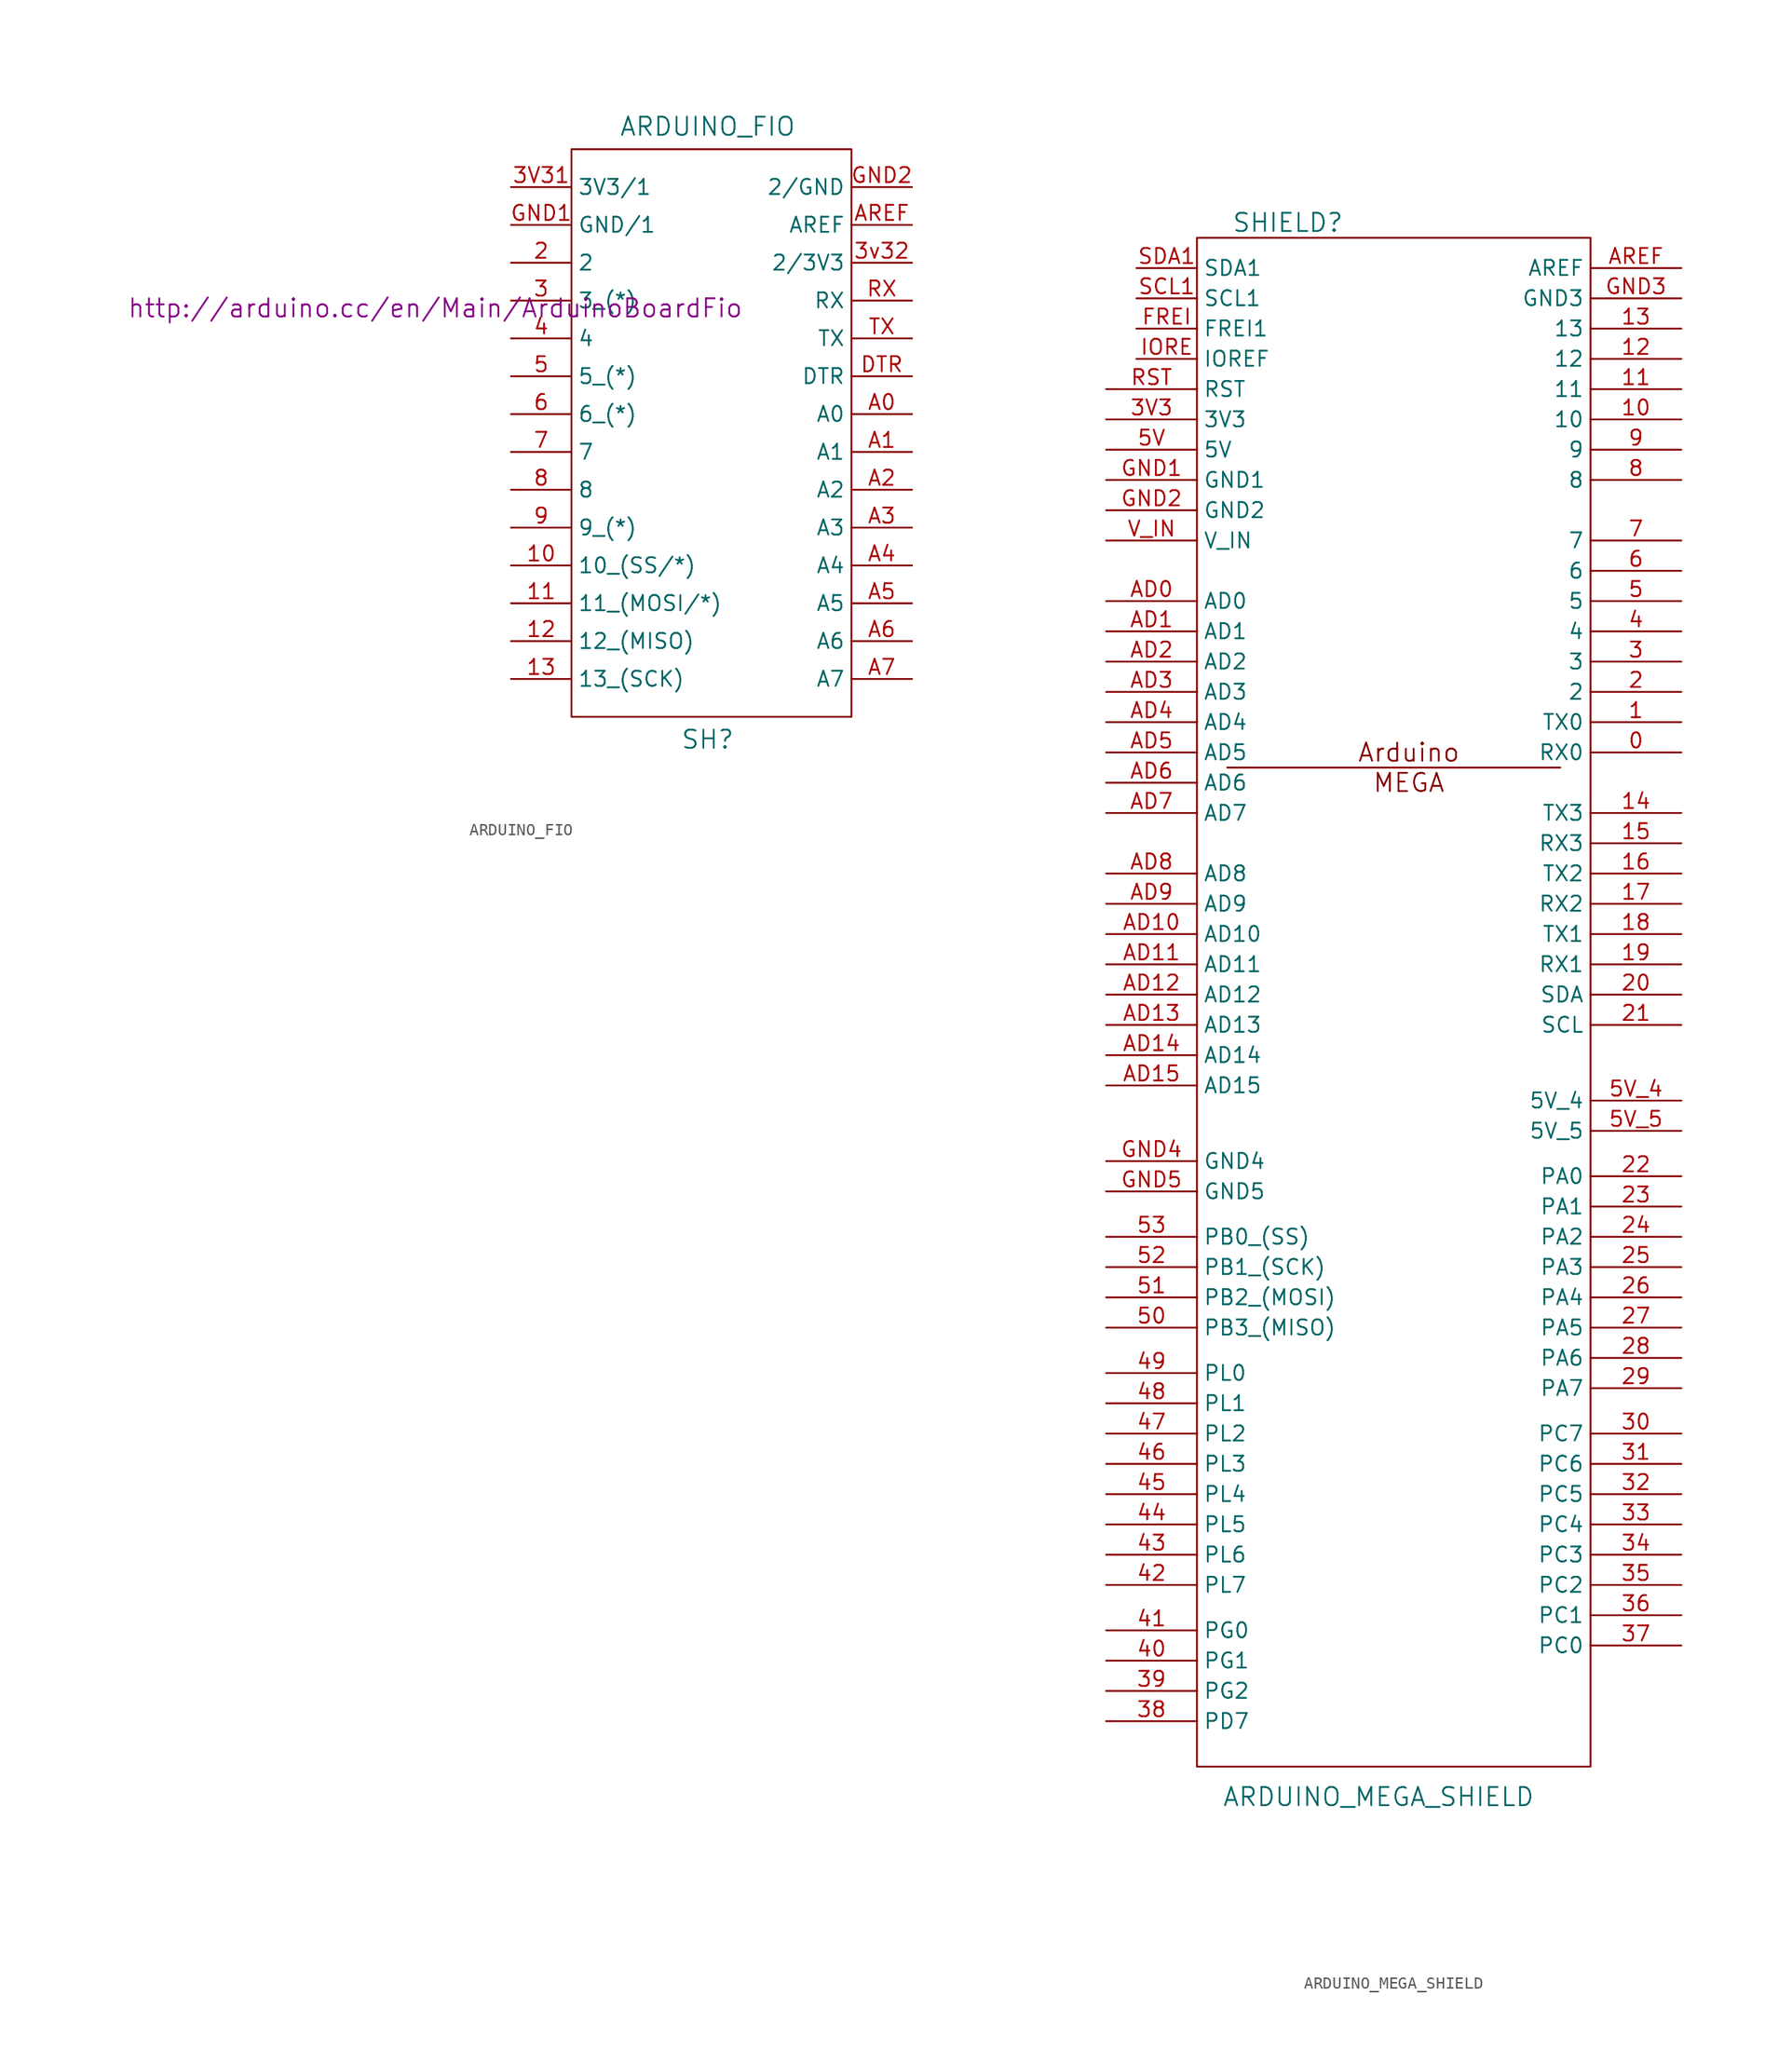
<source format=kicad_sym>
(kicad_symbol_lib
  (version 20220102)
  (generator kicad_symbol_editor)
  (symbol "ARDUINO_FIO"
    (property "Reference" "SH"
      (at 0 -27.305 0)
      (effects (font (size 1.524 1.524))))
    (property "Value" "ARDUINO_FIO"
      (at 0 24.13 0)
      (effects (font (size 1.524 1.524))))
    (property "Footprint" ""
      (at -22.86 8.89 0)
      (effects (font (size 1.524 1.524))))
    (property "Datasheet" "http://arduino.cc/en/Main/ArduinoBoardFio"
      (at -22.86 8.89 0)
      (effects (font (size 1.524 1.524))))
    (symbol "ARDUINO_FIO_0_1"
      (rectangle (start 12.065 -25.4) (end -11.43 22.225) (stroke (width 0) (type default)) (fill (type none))))
    (symbol "ARDUINO_FIO_1_1"
      (pin input line (at -16.51 -12.7 0) (length 5.08) (name "10_(SS/*)" (effects (font (size 1.27 1.27)))) (number "10" (effects (font (size 1.27 1.27)))))
      (pin input line (at -16.51 -15.875 0) (length 5.08) (name "11_(MOSI/*)" (effects (font (size 1.27 1.27)))) (number "11" (effects (font (size 1.27 1.27)))))
      (pin input line (at -16.51 -19.05 0) (length 5.08) (name "12_(MISO)" (effects (font (size 1.27 1.27)))) (number "12" (effects (font (size 1.27 1.27)))))
      (pin input line (at -16.51 -22.225 0) (length 5.08) (name "13_(SCK)" (effects (font (size 1.27 1.27)))) (number "13" (effects (font (size 1.27 1.27)))))
      (pin input line (at -16.51 12.7 0) (length 5.08) (name "2" (effects (font (size 1.27 1.27)))) (number "2" (effects (font (size 1.27 1.27)))))
      (pin input line (at -16.51 9.525 0) (length 5.08) (name "3_(*)" (effects (font (size 1.27 1.27)))) (number "3" (effects (font (size 1.27 1.27)))))
      (pin input line (at -16.51 19.05 0) (length 5.08) (name "3V3/1" (effects (font (size 1.27 1.27)))) (number "3V31" (effects (font (size 1.27 1.27)))))
      (pin input line (at 17.145 12.7 180) (length 5.08) (name "2/3V3" (effects (font (size 1.27 1.27)))) (number "3v32" (effects (font (size 1.27 1.27)))))
      (pin input line (at -16.51 6.35 0) (length 5.08) (name "4" (effects (font (size 1.27 1.27)))) (number "4" (effects (font (size 1.27 1.27)))))
      (pin input line (at -16.51 3.175 0) (length 5.08) (name "5_(*)" (effects (font (size 1.27 1.27)))) (number "5" (effects (font (size 1.27 1.27)))))
      (pin input line (at -16.51 0 0) (length 5.08) (name "6_(*)" (effects (font (size 1.27 1.27)))) (number "6" (effects (font (size 1.27 1.27)))))
      (pin input line (at -16.51 -3.175 0) (length 5.08) (name "7" (effects (font (size 1.27 1.27)))) (number "7" (effects (font (size 1.27 1.27)))))
      (pin input line (at -16.51 -6.35 0) (length 5.08) (name "8" (effects (font (size 1.27 1.27)))) (number "8" (effects (font (size 1.27 1.27)))))
      (pin input line (at -16.51 -9.525 0) (length 5.08) (name "9_(*)" (effects (font (size 1.27 1.27)))) (number "9" (effects (font (size 1.27 1.27)))))
      (pin input line (at 17.145 0 180) (length 5.08) (name "A0" (effects (font (size 1.27 1.27)))) (number "A0" (effects (font (size 1.27 1.27)))))
      (pin input line (at 17.145 -3.175 180) (length 5.08) (name "A1" (effects (font (size 1.27 1.27)))) (number "A1" (effects (font (size 1.27 1.27)))))
      (pin input line (at 17.145 -6.35 180) (length 5.08) (name "A2" (effects (font (size 1.27 1.27)))) (number "A2" (effects (font (size 1.27 1.27)))))
      (pin input line (at 17.145 -9.525 180) (length 5.08) (name "A3" (effects (font (size 1.27 1.27)))) (number "A3" (effects (font (size 1.27 1.27)))))
      (pin input line (at 17.145 -12.7 180) (length 5.08) (name "A4" (effects (font (size 1.27 1.27)))) (number "A4" (effects (font (size 1.27 1.27)))))
      (pin input line (at 17.145 -15.875 180) (length 5.08) (name "A5" (effects (font (size 1.27 1.27)))) (number "A5" (effects (font (size 1.27 1.27)))))
      (pin input line (at 17.145 -19.05 180) (length 5.08) (name "A6" (effects (font (size 1.27 1.27)))) (number "A6" (effects (font (size 1.27 1.27)))))
      (pin input line (at 17.145 -22.225 180) (length 5.08) (name "A7" (effects (font (size 1.27 1.27)))) (number "A7" (effects (font (size 1.27 1.27)))))
      (pin input line (at 17.145 15.875 180) (length 5.08) (name "AREF" (effects (font (size 1.27 1.27)))) (number "AREF" (effects (font (size 1.27 1.27)))))
      (pin input line (at 17.145 3.175 180) (length 5.08) (name "DTR" (effects (font (size 1.27 1.27)))) (number "DTR" (effects (font (size 1.27 1.27)))))
      (pin input line (at -16.51 15.875 0) (length 5.08) (name "GND/1" (effects (font (size 1.27 1.27)))) (number "GND1" (effects (font (size 1.27 1.27)))))
      (pin input line (at 17.145 19.05 180) (length 5.08) (name "2/GND" (effects (font (size 1.27 1.27)))) (number "GND2" (effects (font (size 1.27 1.27)))))
      (pin input line (at 17.145 9.525 180) (length 5.08) (name "RX" (effects (font (size 1.27 1.27)))) (number "RX" (effects (font (size 1.27 1.27)))))
      (pin input line (at 17.145 6.35 180) (length 5.08) (name "TX" (effects (font (size 1.27 1.27)))) (number "TX" (effects (font (size 1.27 1.27)))))))
  (symbol "ARDUINO_MEGA_SHIELD"
    (property "Reference" "SHIELD"
      (at -10.16 63.5 0)
      (effects (font (size 1.524 1.524))))
    (property "Value" "ARDUINO_MEGA_SHIELD"
      (at -2.54 -68.58 0)
      (effects (font (size 1.524 1.524))))
    (property "Footprint" ""
      (at 0 0 0)
      (effects (font (size 1.524 1.524))))
    (property "Datasheet" ""
      (at 0 0 0)
      (effects (font (size 1.524 1.524))))
    (symbol "ARDUINO_MEGA_SHIELD_0_0"
      (text "Arduino" (at 0 19.05 0) (effects (font (size 1.524 1.524))))
      (text "MEGA" (at 0 16.51 0) (effects (font (size 1.524 1.524)))))
    (symbol "ARDUINO_MEGA_SHIELD_0_1"
      (rectangle (start -17.78 -66.04) (end 15.24 62.23) (stroke (width 0) (type default)) (fill (type none)))
      (polyline (pts (xy -15.24 17.78) (xy 12.7 17.78) (xy 12.7 17.78)) (stroke (width 0) (type default)) (fill (type none))))
    (symbol "ARDUINO_MEGA_SHIELD_1_1"
      (pin bidirectional line (at 22.86 19.05 180) (length 7.62) (name "RX0" (effects (font (size 1.27 1.27)))) (number "0" (effects (font (size 1.27 1.27)))))
      (pin bidirectional line (at 22.86 21.59 180) (length 7.62) (name "TX0" (effects (font (size 1.27 1.27)))) (number "1" (effects (font (size 1.27 1.27)))))
      (pin bidirectional line (at 22.86 46.99 180) (length 7.62) (name "10" (effects (font (size 1.27 1.27)))) (number "10" (effects (font (size 1.27 1.27)))))
      (pin bidirectional line (at 22.86 49.53 180) (length 7.62) (name "11" (effects (font (size 1.27 1.27)))) (number "11" (effects (font (size 1.27 1.27)))))
      (pin bidirectional line (at 22.86 52.07 180) (length 7.62) (name "12" (effects (font (size 1.27 1.27)))) (number "12" (effects (font (size 1.27 1.27)))))
      (pin bidirectional line (at 22.86 54.61 180) (length 7.62) (name "13" (effects (font (size 1.27 1.27)))) (number "13" (effects (font (size 1.27 1.27)))))
      (pin bidirectional line (at 22.86 13.97 180) (length 7.62) (name "TX3" (effects (font (size 1.27 1.27)))) (number "14" (effects (font (size 1.27 1.27)))))
      (pin bidirectional line (at 22.86 11.43 180) (length 7.62) (name "RX3" (effects (font (size 1.27 1.27)))) (number "15" (effects (font (size 1.27 1.27)))))
      (pin bidirectional line (at 22.86 8.89 180) (length 7.62) (name "TX2" (effects (font (size 1.27 1.27)))) (number "16" (effects (font (size 1.27 1.27)))))
      (pin bidirectional line (at 22.86 6.35 180) (length 7.62) (name "RX2" (effects (font (size 1.27 1.27)))) (number "17" (effects (font (size 1.27 1.27)))))
      (pin bidirectional line (at 22.86 3.81 180) (length 7.62) (name "TX1" (effects (font (size 1.27 1.27)))) (number "18" (effects (font (size 1.27 1.27)))))
      (pin bidirectional line (at 22.86 1.27 180) (length 7.62) (name "RX1" (effects (font (size 1.27 1.27)))) (number "19" (effects (font (size 1.27 1.27)))))
      (pin bidirectional line (at 22.86 24.13 180) (length 7.62) (name "2" (effects (font (size 1.27 1.27)))) (number "2" (effects (font (size 1.27 1.27)))))
      (pin bidirectional line (at 22.86 -1.27 180) (length 7.62) (name "SDA" (effects (font (size 1.27 1.27)))) (number "20" (effects (font (size 1.27 1.27)))))
      (pin bidirectional line (at 22.86 -3.81 180) (length 7.62) (name "SCL" (effects (font (size 1.27 1.27)))) (number "21" (effects (font (size 1.27 1.27)))))
      (pin bidirectional line (at 22.86 -16.51 180) (length 7.62) (name "PA0" (effects (font (size 1.27 1.27)))) (number "22" (effects (font (size 1.27 1.27)))))
      (pin bidirectional line (at 22.86 -19.05 180) (length 7.62) (name "PA1" (effects (font (size 1.27 1.27)))) (number "23" (effects (font (size 1.27 1.27)))))
      (pin bidirectional line (at 22.86 -21.59 180) (length 7.62) (name "PA2" (effects (font (size 1.27 1.27)))) (number "24" (effects (font (size 1.27 1.27)))))
      (pin bidirectional line (at 22.86 -24.13 180) (length 7.62) (name "PA3" (effects (font (size 1.27 1.27)))) (number "25" (effects (font (size 1.27 1.27)))))
      (pin bidirectional line (at 22.86 -26.67 180) (length 7.62) (name "PA4" (effects (font (size 1.27 1.27)))) (number "26" (effects (font (size 1.27 1.27)))))
      (pin bidirectional line (at 22.86 -29.21 180) (length 7.62) (name "PA5" (effects (font (size 1.27 1.27)))) (number "27" (effects (font (size 1.27 1.27)))))
      (pin bidirectional line (at 22.86 -31.75 180) (length 7.62) (name "PA6" (effects (font (size 1.27 1.27)))) (number "28" (effects (font (size 1.27 1.27)))))
      (pin bidirectional line (at 22.86 -34.29 180) (length 7.62) (name "PA7" (effects (font (size 1.27 1.27)))) (number "29" (effects (font (size 1.27 1.27)))))
      (pin bidirectional line (at 22.86 26.67 180) (length 7.62) (name "3" (effects (font (size 1.27 1.27)))) (number "3" (effects (font (size 1.27 1.27)))))
      (pin bidirectional line (at 22.86 -38.1 180) (length 7.62) (name "PC7" (effects (font (size 1.27 1.27)))) (number "30" (effects (font (size 1.27 1.27)))))
      (pin bidirectional line (at 22.86 -40.64 180) (length 7.62) (name "PC6" (effects (font (size 1.27 1.27)))) (number "31" (effects (font (size 1.27 1.27)))))
      (pin bidirectional line (at 22.86 -43.18 180) (length 7.62) (name "PC5" (effects (font (size 1.27 1.27)))) (number "32" (effects (font (size 1.27 1.27)))))
      (pin bidirectional line (at 22.86 -45.72 180) (length 7.62) (name "PC4" (effects (font (size 1.27 1.27)))) (number "33" (effects (font (size 1.27 1.27)))))
      (pin bidirectional line (at 22.86 -48.26 180) (length 7.62) (name "PC3" (effects (font (size 1.27 1.27)))) (number "34" (effects (font (size 1.27 1.27)))))
      (pin bidirectional line (at 22.86 -50.8 180) (length 7.62) (name "PC2" (effects (font (size 1.27 1.27)))) (number "35" (effects (font (size 1.27 1.27)))))
      (pin bidirectional line (at 22.86 -53.34 180) (length 7.62) (name "PC1" (effects (font (size 1.27 1.27)))) (number "36" (effects (font (size 1.27 1.27)))))
      (pin bidirectional line (at 22.86 -55.88 180) (length 7.62) (name "PC0" (effects (font (size 1.27 1.27)))) (number "37" (effects (font (size 1.27 1.27)))))
      (pin bidirectional line (at -25.4 -62.23 0) (length 7.62) (name "PD7" (effects (font (size 1.27 1.27)))) (number "38" (effects (font (size 1.27 1.27)))))
      (pin bidirectional line (at -25.4 -59.69 0) (length 7.62) (name "PG2" (effects (font (size 1.27 1.27)))) (number "39" (effects (font (size 1.27 1.27)))))
      (pin power_in line (at -25.4 46.99 0) (length 7.62) (name "3V3" (effects (font (size 1.27 1.27)))) (number "3V3" (effects (font (size 1.27 1.27)))))
      (pin bidirectional line (at 22.86 29.21 180) (length 7.62) (name "4" (effects (font (size 1.27 1.27)))) (number "4" (effects (font (size 1.27 1.27)))))
      (pin bidirectional line (at -25.4 -57.15 0) (length 7.62) (name "PG1" (effects (font (size 1.27 1.27)))) (number "40" (effects (font (size 1.27 1.27)))))
      (pin bidirectional line (at -25.4 -54.61 0) (length 7.62) (name "PG0" (effects (font (size 1.27 1.27)))) (number "41" (effects (font (size 1.27 1.27)))))
      (pin bidirectional line (at -25.4 -50.8 0) (length 7.62) (name "PL7" (effects (font (size 1.27 1.27)))) (number "42" (effects (font (size 1.27 1.27)))))
      (pin bidirectional line (at -25.4 -48.26 0) (length 7.62) (name "PL6" (effects (font (size 1.27 1.27)))) (number "43" (effects (font (size 1.27 1.27)))))
      (pin bidirectional line (at -25.4 -45.72 0) (length 7.62) (name "PL5" (effects (font (size 1.27 1.27)))) (number "44" (effects (font (size 1.27 1.27)))))
      (pin bidirectional line (at -25.4 -43.18 0) (length 7.62) (name "PL4" (effects (font (size 1.27 1.27)))) (number "45" (effects (font (size 1.27 1.27)))))
      (pin bidirectional line (at -25.4 -40.64 0) (length 7.62) (name "PL3" (effects (font (size 1.27 1.27)))) (number "46" (effects (font (size 1.27 1.27)))))
      (pin bidirectional line (at -25.4 -38.1 0) (length 7.62) (name "PL2" (effects (font (size 1.27 1.27)))) (number "47" (effects (font (size 1.27 1.27)))))
      (pin bidirectional line (at -25.4 -35.56 0) (length 7.62) (name "PL1" (effects (font (size 1.27 1.27)))) (number "48" (effects (font (size 1.27 1.27)))))
      (pin bidirectional line (at -25.4 -33.02 0) (length 7.62) (name "PL0" (effects (font (size 1.27 1.27)))) (number "49" (effects (font (size 1.27 1.27)))))
      (pin bidirectional line (at 22.86 31.75 180) (length 7.62) (name "5" (effects (font (size 1.27 1.27)))) (number "5" (effects (font (size 1.27 1.27)))))
      (pin bidirectional line (at -25.4 -29.21 0) (length 7.62) (name "PB3_(MISO)" (effects (font (size 1.27 1.27)))) (number "50" (effects (font (size 1.27 1.27)))))
      (pin bidirectional line (at -25.4 -26.67 0) (length 7.62) (name "PB2_(MOSI)" (effects (font (size 1.27 1.27)))) (number "51" (effects (font (size 1.27 1.27)))))
      (pin bidirectional line (at -25.4 -24.13 0) (length 7.62) (name "PB1_(SCK)" (effects (font (size 1.27 1.27)))) (number "52" (effects (font (size 1.27 1.27)))))
      (pin bidirectional line (at -25.4 -21.59 0) (length 7.62) (name "PB0_(SS)" (effects (font (size 1.27 1.27)))) (number "53" (effects (font (size 1.27 1.27)))))
      (pin power_in line (at -25.4 44.45 0) (length 7.62) (name "5V" (effects (font (size 1.27 1.27)))) (number "5V" (effects (font (size 1.27 1.27)))))
      (pin power_in line (at 22.86 -10.16 180) (length 7.62) (name "5V_4" (effects (font (size 1.27 1.27)))) (number "5V_4" (effects (font (size 1.27 1.27)))))
      (pin power_in line (at 22.86 -12.7 180) (length 7.62) (name "5V_5" (effects (font (size 1.27 1.27)))) (number "5V_5" (effects (font (size 1.27 1.27)))))
      (pin bidirectional line (at 22.86 34.29 180) (length 7.62) (name "6" (effects (font (size 1.27 1.27)))) (number "6" (effects (font (size 1.27 1.27)))))
      (pin bidirectional line (at 22.86 36.83 180) (length 7.62) (name "7" (effects (font (size 1.27 1.27)))) (number "7" (effects (font (size 1.27 1.27)))))
      (pin bidirectional line (at 22.86 41.91 180) (length 7.62) (name "8" (effects (font (size 1.27 1.27)))) (number "8" (effects (font (size 1.27 1.27)))))
      (pin bidirectional line (at 22.86 44.45 180) (length 7.62) (name "9" (effects (font (size 1.27 1.27)))) (number "9" (effects (font (size 1.27 1.27)))))
      (pin bidirectional line (at -25.4 31.75 0) (length 7.62) (name "AD0" (effects (font (size 1.27 1.27)))) (number "AD0" (effects (font (size 1.27 1.27)))))
      (pin bidirectional line (at -25.4 29.21 0) (length 7.62) (name "AD1" (effects (font (size 1.27 1.27)))) (number "AD1" (effects (font (size 1.27 1.27)))))
      (pin bidirectional line (at -25.4 3.81 0) (length 7.62) (name "AD10" (effects (font (size 1.27 1.27)))) (number "AD10" (effects (font (size 1.27 1.27)))))
      (pin bidirectional line (at -25.4 1.27 0) (length 7.62) (name "AD11" (effects (font (size 1.27 1.27)))) (number "AD11" (effects (font (size 1.27 1.27)))))
      (pin bidirectional line (at -25.4 -1.27 0) (length 7.62) (name "AD12" (effects (font (size 1.27 1.27)))) (number "AD12" (effects (font (size 1.27 1.27)))))
      (pin bidirectional line (at -25.4 -3.81 0) (length 7.62) (name "AD13" (effects (font (size 1.27 1.27)))) (number "AD13" (effects (font (size 1.27 1.27)))))
      (pin bidirectional line (at -25.4 -6.35 0) (length 7.62) (name "AD14" (effects (font (size 1.27 1.27)))) (number "AD14" (effects (font (size 1.27 1.27)))))
      (pin bidirectional line (at -25.4 -8.89 0) (length 7.62) (name "AD15" (effects (font (size 1.27 1.27)))) (number "AD15" (effects (font (size 1.27 1.27)))))
      (pin bidirectional line (at -25.4 26.67 0) (length 7.62) (name "AD2" (effects (font (size 1.27 1.27)))) (number "AD2" (effects (font (size 1.27 1.27)))))
      (pin bidirectional line (at -25.4 24.13 0) (length 7.62) (name "AD3" (effects (font (size 1.27 1.27)))) (number "AD3" (effects (font (size 1.27 1.27)))))
      (pin bidirectional line (at -25.4 21.59 0) (length 7.62) (name "AD4" (effects (font (size 1.27 1.27)))) (number "AD4" (effects (font (size 1.27 1.27)))))
      (pin bidirectional line (at -25.4 19.05 0) (length 7.62) (name "AD5" (effects (font (size 1.27 1.27)))) (number "AD5" (effects (font (size 1.27 1.27)))))
      (pin bidirectional line (at -25.4 16.51 0) (length 7.62) (name "AD6" (effects (font (size 1.27 1.27)))) (number "AD6" (effects (font (size 1.27 1.27)))))
      (pin bidirectional line (at -25.4 13.97 0) (length 7.62) (name "AD7" (effects (font (size 1.27 1.27)))) (number "AD7" (effects (font (size 1.27 1.27)))))
      (pin bidirectional line (at -25.4 8.89 0) (length 7.62) (name "AD8" (effects (font (size 1.27 1.27)))) (number "AD8" (effects (font (size 1.27 1.27)))))
      (pin bidirectional line (at -25.4 6.35 0) (length 7.62) (name "AD9" (effects (font (size 1.27 1.27)))) (number "AD9" (effects (font (size 1.27 1.27)))))
      (pin power_in line (at 22.86 59.69 180) (length 7.62) (name "AREF" (effects (font (size 1.27 1.27)))) (number "AREF" (effects (font (size 1.27 1.27)))))
      (pin input line (at -22.86 54.61 0) (length 5.08) (name "FREI1" (effects (font (size 1.27 1.27)))) (number "FREI" (effects (font (size 1.27 1.27)))))
      (pin power_in line (at -25.4 41.91 0) (length 7.62) (name "GND1" (effects (font (size 1.27 1.27)))) (number "GND1" (effects (font (size 1.27 1.27)))))
      (pin power_in line (at -25.4 39.37 0) (length 7.62) (name "GND2" (effects (font (size 1.27 1.27)))) (number "GND2" (effects (font (size 1.27 1.27)))))
      (pin power_in line (at 22.86 57.15 180) (length 7.62) (name "GND3" (effects (font (size 1.27 1.27)))) (number "GND3" (effects (font (size 1.27 1.27)))))
      (pin power_in line (at -25.4 -15.24 0) (length 7.62) (name "GND4" (effects (font (size 1.27 1.27)))) (number "GND4" (effects (font (size 1.27 1.27)))))
      (pin power_in line (at -25.4 -17.78 0) (length 7.62) (name "GND5" (effects (font (size 1.27 1.27)))) (number "GND5" (effects (font (size 1.27 1.27)))))
      (pin input line (at -22.86 52.07 0) (length 5.08) (name "IOREF" (effects (font (size 1.27 1.27)))) (number "IORE" (effects (font (size 1.27 1.27)))))
      (pin input line (at -25.4 49.53 0) (length 7.62) (name "RST" (effects (font (size 1.27 1.27)))) (number "RST" (effects (font (size 1.27 1.27)))))
      (pin power_in line (at -22.86 57.15 0) (length 5.08) (name "SCL1" (effects (font (size 1.27 1.27)))) (number "SCL1" (effects (font (size 1.27 1.27)))))
      (pin power_in line (at -22.86 59.69 0) (length 5.08) (name "SDA1" (effects (font (size 1.27 1.27)))) (number "SDA1" (effects (font (size 1.27 1.27)))))
      (pin power_in line (at -25.4 36.83 0) (length 7.62) (name "V_IN" (effects (font (size 1.27 1.27)))) (number "V_IN" (effects (font (size 1.27 1.27))))))))
</source>
